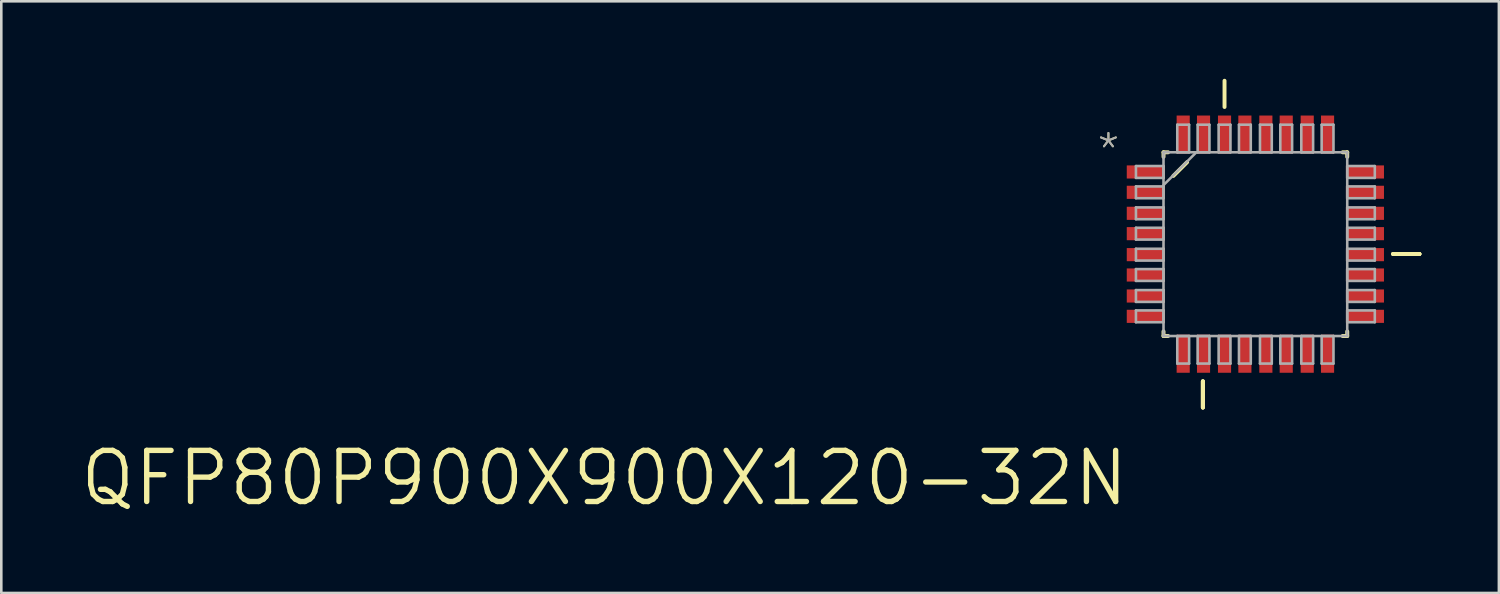
<source format=kicad_pcb>
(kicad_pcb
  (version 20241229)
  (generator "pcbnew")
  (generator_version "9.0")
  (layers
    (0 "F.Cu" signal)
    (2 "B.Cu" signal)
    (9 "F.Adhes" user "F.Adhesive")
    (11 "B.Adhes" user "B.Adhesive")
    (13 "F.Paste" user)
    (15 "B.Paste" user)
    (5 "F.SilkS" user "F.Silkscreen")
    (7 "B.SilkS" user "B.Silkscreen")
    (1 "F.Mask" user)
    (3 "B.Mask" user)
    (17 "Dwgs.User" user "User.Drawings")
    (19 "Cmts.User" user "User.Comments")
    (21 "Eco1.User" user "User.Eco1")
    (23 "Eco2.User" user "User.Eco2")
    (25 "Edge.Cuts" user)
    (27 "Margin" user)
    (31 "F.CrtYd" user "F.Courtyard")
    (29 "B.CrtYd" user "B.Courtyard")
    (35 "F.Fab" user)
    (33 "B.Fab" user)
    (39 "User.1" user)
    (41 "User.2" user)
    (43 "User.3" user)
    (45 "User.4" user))
  (footprint "QFP80P900X900X120-32N"
    (layer "F.Cu")
    (at 45.545 6.401)
    (property "Reference" "QFP80P900X900X120-32N" (at -4.801 7.899 0) (layer "F.SilkS") (effects (font (size 1.979 1.979) (thickness 0.208)) (justify right top)))
    (attr smd)
    (fp_line (start -3.556 -3.556) (end -3.556 -3.378) (stroke (width 0.152) (type solid)) (layer "F.SilkS"))
    (fp_line (start -3.556 3.378) (end -3.556 3.556) (stroke (width 0.152) (type solid)) (layer "F.SilkS"))
    (fp_line (start -3.556 3.556) (end -3.378 3.556) (stroke (width 0.152) (type solid)) (layer "F.SilkS"))
    (fp_line (start -3.378 -3.556) (end -3.556 -3.556) (stroke (width 0.152) (type solid)) (layer "F.SilkS"))
    (fp_line (start -3.175 -2.642) (end -2.642 -3.175) (stroke (width 0.152) (type solid)) (layer "F.SilkS"))
    (fp_line (start -2.032 6.325) (end -2.032 5.309) (stroke (width 0.152) (type solid)) (layer "F.SilkS"))
    (fp_line (start -2.032 6.325) (end -2.032 5.309) (stroke (width 0.152) (type solid)) (layer "F.SilkS"))
    (fp_line (start -2.032 6.325) (end -2.032 5.309) (stroke (width 0.152) (type solid)) (layer "F.SilkS"))
    (fp_line (start -1.194 -5.309) (end -1.194 -6.325) (stroke (width 0.152) (type solid)) (layer "F.SilkS"))
    (fp_line (start 3.378 3.556) (end 3.556 3.556) (stroke (width 0.152) (type solid)) (layer "F.SilkS"))
    (fp_line (start 3.556 -3.556) (end 3.378 -3.556) (stroke (width 0.152) (type solid)) (layer "F.SilkS"))
    (fp_line (start 3.556 -3.378) (end 3.556 -3.556) (stroke (width 0.152) (type solid)) (layer "F.SilkS"))
    (fp_line (start 3.556 3.556) (end 3.556 3.378) (stroke (width 0.152) (type solid)) (layer "F.SilkS"))
    (fp_line (start 5.334 0.381) (end 6.35 0.381) (stroke (width 0.152) (type solid)) (layer "F.SilkS"))
    (fp_line (start 5.334 0.381) (end 6.35 0.381) (stroke (width 0.152) (type solid)) (layer "F.SilkS"))
    (fp_line (start 5.334 0.381) (end 6.35 0.381) (stroke (width 0.152) (type solid)) (layer "F.SilkS"))
    (fp_line (start 5.334 0.381) (end 6.35 0.381) (stroke (width 0.152) (type solid)) (layer "F.SilkS"))
    (fp_line (start -4.623 -3.023) (end -4.623 -2.565) (stroke (width 0.1) (type solid)) (layer "F.Fab"))
    (fp_line (start -4.623 -2.565) (end -3.556 -2.565) (stroke (width 0.1) (type solid)) (layer "F.Fab"))
    (fp_line (start -4.623 -2.235) (end -4.623 -1.778) (stroke (width 0.1) (type solid)) (layer "F.Fab"))
    (fp_line (start -4.623 -1.778) (end -3.556 -1.778) (stroke (width 0.1) (type solid)) (layer "F.Fab"))
    (fp_line (start -4.623 -1.422) (end -4.623 -0.965) (stroke (width 0.1) (type solid)) (layer "F.Fab"))
    (fp_line (start -4.623 -0.965) (end -3.556 -0.965) (stroke (width 0.1) (type solid)) (layer "F.Fab"))
    (fp_line (start -4.623 -0.635) (end -4.623 -0.178) (stroke (width 0.1) (type solid)) (layer "F.Fab"))
    (fp_line (start -4.623 -0.178) (end -3.556 -0.178) (stroke (width 0.1) (type solid)) (layer "F.Fab"))
    (fp_line (start -4.623 0.178) (end -4.623 0.635) (stroke (width 0.1) (type solid)) (layer "F.Fab"))
    (fp_line (start -4.623 0.635) (end -3.556 0.635) (stroke (width 0.1) (type solid)) (layer "F.Fab"))
    (fp_line (start -4.623 0.965) (end -4.623 1.422) (stroke (width 0.1) (type solid)) (layer "F.Fab"))
    (fp_line (start -4.623 1.422) (end -3.556 1.422) (stroke (width 0.1) (type solid)) (layer "F.Fab"))
    (fp_line (start -4.623 1.778) (end -4.623 2.235) (stroke (width 0.1) (type solid)) (layer "F.Fab"))
    (fp_line (start -4.623 2.235) (end -3.556 2.235) (stroke (width 0.1) (type solid)) (layer "F.Fab"))
    (fp_line (start -4.623 2.565) (end -4.623 3.023) (stroke (width 0.1) (type solid)) (layer "F.Fab"))
    (fp_line (start -4.623 3.023) (end -3.556 3.023) (stroke (width 0.1) (type solid)) (layer "F.Fab"))
    (fp_line (start -3.556 -3.556) (end -3.556 3.556) (stroke (width 0.1) (type solid)) (layer "F.Fab"))
    (fp_line (start -3.556 -3.023) (end -4.623 -3.023) (stroke (width 0.1) (type solid)) (layer "F.Fab"))
    (fp_line (start -3.556 -2.565) (end -3.556 -3.023) (stroke (width 0.1) (type solid)) (layer "F.Fab"))
    (fp_line (start -3.556 -2.286) (end -2.286 -3.556) (stroke (width 0.1) (type solid)) (layer "F.Fab"))
    (fp_line (start -3.556 -2.235) (end -4.623 -2.235) (stroke (width 0.1) (type solid)) (layer "F.Fab"))
    (fp_line (start -3.556 -1.778) (end -3.556 -2.235) (stroke (width 0.1) (type solid)) (layer "F.Fab"))
    (fp_line (start -3.556 -1.422) (end -4.623 -1.422) (stroke (width 0.1) (type solid)) (layer "F.Fab"))
    (fp_line (start -3.556 -0.965) (end -3.556 -1.422) (stroke (width 0.1) (type solid)) (layer "F.Fab"))
    (fp_line (start -3.556 -0.635) (end -4.623 -0.635) (stroke (width 0.1) (type solid)) (layer "F.Fab"))
    (fp_line (start -3.556 -0.178) (end -3.556 -0.635) (stroke (width 0.1) (type solid)) (layer "F.Fab"))
    (fp_line (start -3.556 0.178) (end -4.623 0.178) (stroke (width 0.1) (type solid)) (layer "F.Fab"))
    (fp_line (start -3.556 0.635) (end -3.556 0.178) (stroke (width 0.1) (type solid)) (layer "F.Fab"))
    (fp_line (start -3.556 0.965) (end -4.623 0.965) (stroke (width 0.1) (type solid)) (layer "F.Fab"))
    (fp_line (start -3.556 1.422) (end -3.556 0.965) (stroke (width 0.1) (type solid)) (layer "F.Fab"))
    (fp_line (start -3.556 1.778) (end -4.623 1.778) (stroke (width 0.1) (type solid)) (layer "F.Fab"))
    (fp_line (start -3.556 2.235) (end -3.556 1.778) (stroke (width 0.1) (type solid)) (layer "F.Fab"))
    (fp_line (start -3.556 2.565) (end -4.623 2.565) (stroke (width 0.1) (type solid)) (layer "F.Fab"))
    (fp_line (start -3.556 3.023) (end -3.556 2.565) (stroke (width 0.1) (type solid)) (layer "F.Fab"))
    (fp_line (start -3.556 3.556) (end 3.556 3.556) (stroke (width 0.1) (type solid)) (layer "F.Fab"))
    (fp_line (start -3.023 -4.623) (end -3.023 -3.556) (stroke (width 0.1) (type solid)) (layer "F.Fab"))
    (fp_line (start -3.023 -3.556) (end -2.565 -3.556) (stroke (width 0.1) (type solid)) (layer "F.Fab"))
    (fp_line (start -3.023 3.556) (end -3.023 4.623) (stroke (width 0.1) (type solid)) (layer "F.Fab"))
    (fp_line (start -3.023 4.623) (end -2.565 4.623) (stroke (width 0.1) (type solid)) (layer "F.Fab"))
    (fp_line (start -2.565 -4.623) (end -3.023 -4.623) (stroke (width 0.1) (type solid)) (layer "F.Fab"))
    (fp_line (start -2.565 -3.556) (end -2.565 -4.623) (stroke (width 0.1) (type solid)) (layer "F.Fab"))
    (fp_line (start -2.565 3.556) (end -3.023 3.556) (stroke (width 0.1) (type solid)) (layer "F.Fab"))
    (fp_line (start -2.565 4.623) (end -2.565 3.556) (stroke (width 0.1) (type solid)) (layer "F.Fab"))
    (fp_line (start -2.235 -4.623) (end -2.235 -3.556) (stroke (width 0.1) (type solid)) (layer "F.Fab"))
    (fp_line (start -2.235 -3.556) (end -1.778 -3.556) (stroke (width 0.1) (type solid)) (layer "F.Fab"))
    (fp_line (start -2.235 3.556) (end -2.235 4.623) (stroke (width 0.1) (type solid)) (layer "F.Fab"))
    (fp_line (start -2.235 4.623) (end -1.778 4.623) (stroke (width 0.1) (type solid)) (layer "F.Fab"))
    (fp_line (start -1.778 -4.623) (end -2.235 -4.623) (stroke (width 0.1) (type solid)) (layer "F.Fab"))
    (fp_line (start -1.778 -3.556) (end -1.778 -4.623) (stroke (width 0.1) (type solid)) (layer "F.Fab"))
    (fp_line (start -1.778 3.556) (end -2.235 3.556) (stroke (width 0.1) (type solid)) (layer "F.Fab"))
    (fp_line (start -1.778 4.623) (end -1.778 3.556) (stroke (width 0.1) (type solid)) (layer "F.Fab"))
    (fp_line (start -1.422 -4.623) (end -1.422 -3.556) (stroke (width 0.1) (type solid)) (layer "F.Fab"))
    (fp_line (start -1.422 -3.556) (end -0.965 -3.556) (stroke (width 0.1) (type solid)) (layer "F.Fab"))
    (fp_line (start -1.422 3.556) (end -1.422 4.623) (stroke (width 0.1) (type solid)) (layer "F.Fab"))
    (fp_line (start -1.422 4.623) (end -0.965 4.623) (stroke (width 0.1) (type solid)) (layer "F.Fab"))
    (fp_line (start -0.965 -4.623) (end -1.422 -4.623) (stroke (width 0.1) (type solid)) (layer "F.Fab"))
    (fp_line (start -0.965 -3.556) (end -0.965 -4.623) (stroke (width 0.1) (type solid)) (layer "F.Fab"))
    (fp_line (start -0.965 3.556) (end -1.422 3.556) (stroke (width 0.1) (type solid)) (layer "F.Fab"))
    (fp_line (start -0.965 4.623) (end -0.965 3.556) (stroke (width 0.1) (type solid)) (layer "F.Fab"))
    (fp_line (start -0.635 -4.623) (end -0.635 -3.556) (stroke (width 0.1) (type solid)) (layer "F.Fab"))
    (fp_line (start -0.635 -3.556) (end -0.178 -3.556) (stroke (width 0.1) (type solid)) (layer "F.Fab"))
    (fp_line (start -0.635 3.556) (end -0.635 4.623) (stroke (width 0.1) (type solid)) (layer "F.Fab"))
    (fp_line (start -0.635 4.623) (end -0.178 4.623) (stroke (width 0.1) (type solid)) (layer "F.Fab"))
    (fp_line (start -0.178 -4.623) (end -0.635 -4.623) (stroke (width 0.1) (type solid)) (layer "F.Fab"))
    (fp_line (start -0.178 -3.556) (end -0.178 -4.623) (stroke (width 0.1) (type solid)) (layer "F.Fab"))
    (fp_line (start -0.178 3.556) (end -0.635 3.556) (stroke (width 0.1) (type solid)) (layer "F.Fab"))
    (fp_line (start -0.178 4.623) (end -0.178 3.556) (stroke (width 0.1) (type solid)) (layer "F.Fab"))
    (fp_line (start 0.178 -4.623) (end 0.178 -3.556) (stroke (width 0.1) (type solid)) (layer "F.Fab"))
    (fp_line (start 0.178 -3.556) (end 0.635 -3.556) (stroke (width 0.1) (type solid)) (layer "F.Fab"))
    (fp_line (start 0.178 3.556) (end 0.178 4.623) (stroke (width 0.1) (type solid)) (layer "F.Fab"))
    (fp_line (start 0.178 4.623) (end 0.635 4.623) (stroke (width 0.1) (type solid)) (layer "F.Fab"))
    (fp_line (start 0.635 -4.623) (end 0.178 -4.623) (stroke (width 0.1) (type solid)) (layer "F.Fab"))
    (fp_line (start 0.635 -3.556) (end 0.635 -4.623) (stroke (width 0.1) (type solid)) (layer "F.Fab"))
    (fp_line (start 0.635 3.556) (end 0.178 3.556) (stroke (width 0.1) (type solid)) (layer "F.Fab"))
    (fp_line (start 0.635 4.623) (end 0.635 3.556) (stroke (width 0.1) (type solid)) (layer "F.Fab"))
    (fp_line (start 0.965 -4.623) (end 0.965 -3.556) (stroke (width 0.1) (type solid)) (layer "F.Fab"))
    (fp_line (start 0.965 -3.556) (end 1.422 -3.556) (stroke (width 0.1) (type solid)) (layer "F.Fab"))
    (fp_line (start 0.965 3.556) (end 0.965 4.623) (stroke (width 0.1) (type solid)) (layer "F.Fab"))
    (fp_line (start 0.965 4.623) (end 1.422 4.623) (stroke (width 0.1) (type solid)) (layer "F.Fab"))
    (fp_line (start 1.422 -4.623) (end 0.965 -4.623) (stroke (width 0.1) (type solid)) (layer "F.Fab"))
    (fp_line (start 1.422 -3.556) (end 1.422 -4.623) (stroke (width 0.1) (type solid)) (layer "F.Fab"))
    (fp_line (start 1.422 3.556) (end 0.965 3.556) (stroke (width 0.1) (type solid)) (layer "F.Fab"))
    (fp_line (start 1.422 4.623) (end 1.422 3.556) (stroke (width 0.1) (type solid)) (layer "F.Fab"))
    (fp_line (start 1.778 -4.623) (end 1.778 -3.556) (stroke (width 0.1) (type solid)) (layer "F.Fab"))
    (fp_line (start 1.778 -3.556) (end 2.235 -3.556) (stroke (width 0.1) (type solid)) (layer "F.Fab"))
    (fp_line (start 1.778 3.556) (end 1.778 4.623) (stroke (width 0.1) (type solid)) (layer "F.Fab"))
    (fp_line (start 1.778 4.623) (end 2.235 4.623) (stroke (width 0.1) (type solid)) (layer "F.Fab"))
    (fp_line (start 2.235 -4.623) (end 1.778 -4.623) (stroke (width 0.1) (type solid)) (layer "F.Fab"))
    (fp_line (start 2.235 -3.556) (end 2.235 -4.623) (stroke (width 0.1) (type solid)) (layer "F.Fab"))
    (fp_line (start 2.235 3.556) (end 1.778 3.556) (stroke (width 0.1) (type solid)) (layer "F.Fab"))
    (fp_line (start 2.235 4.623) (end 2.235 3.556) (stroke (width 0.1) (type solid)) (layer "F.Fab"))
    (fp_line (start 2.565 -4.623) (end 2.565 -3.556) (stroke (width 0.1) (type solid)) (layer "F.Fab"))
    (fp_line (start 2.565 -3.556) (end 3.023 -3.556) (stroke (width 0.1) (type solid)) (layer "F.Fab"))
    (fp_line (start 2.565 3.556) (end 2.565 4.623) (stroke (width 0.1) (type solid)) (layer "F.Fab"))
    (fp_line (start 2.565 4.623) (end 3.023 4.623) (stroke (width 0.1) (type solid)) (layer "F.Fab"))
    (fp_line (start 3.023 -4.623) (end 2.565 -4.623) (stroke (width 0.1) (type solid)) (layer "F.Fab"))
    (fp_line (start 3.023 -3.556) (end 3.023 -4.623) (stroke (width 0.1) (type solid)) (layer "F.Fab"))
    (fp_line (start 3.023 3.556) (end 2.565 3.556) (stroke (width 0.1) (type solid)) (layer "F.Fab"))
    (fp_line (start 3.023 4.623) (end 3.023 3.556) (stroke (width 0.1) (type solid)) (layer "F.Fab"))
    (fp_line (start 3.556 -3.556) (end -3.556 -3.556) (stroke (width 0.1) (type solid)) (layer "F.Fab"))
    (fp_line (start 3.556 -3.023) (end 3.556 -2.565) (stroke (width 0.1) (type solid)) (layer "F.Fab"))
    (fp_line (start 3.556 -2.565) (end 4.623 -2.565) (stroke (width 0.1) (type solid)) (layer "F.Fab"))
    (fp_line (start 3.556 -2.235) (end 3.556 -1.778) (stroke (width 0.1) (type solid)) (layer "F.Fab"))
    (fp_line (start 3.556 -1.778) (end 4.623 -1.778) (stroke (width 0.1) (type solid)) (layer "F.Fab"))
    (fp_line (start 3.556 -1.422) (end 3.556 -0.965) (stroke (width 0.1) (type solid)) (layer "F.Fab"))
    (fp_line (start 3.556 -0.965) (end 4.623 -0.965) (stroke (width 0.1) (type solid)) (layer "F.Fab"))
    (fp_line (start 3.556 -0.635) (end 3.556 -0.178) (stroke (width 0.1) (type solid)) (layer "F.Fab"))
    (fp_line (start 3.556 -0.178) (end 4.623 -0.178) (stroke (width 0.1) (type solid)) (layer "F.Fab"))
    (fp_line (start 3.556 0.178) (end 3.556 0.635) (stroke (width 0.1) (type solid)) (layer "F.Fab"))
    (fp_line (start 3.556 0.635) (end 4.623 0.635) (stroke (width 0.1) (type solid)) (layer "F.Fab"))
    (fp_line (start 3.556 0.965) (end 3.556 1.422) (stroke (width 0.1) (type solid)) (layer "F.Fab"))
    (fp_line (start 3.556 1.422) (end 4.623 1.422) (stroke (width 0.1) (type solid)) (layer "F.Fab"))
    (fp_line (start 3.556 1.778) (end 3.556 2.235) (stroke (width 0.1) (type solid)) (layer "F.Fab"))
    (fp_line (start 3.556 2.235) (end 4.623 2.235) (stroke (width 0.1) (type solid)) (layer "F.Fab"))
    (fp_line (start 3.556 2.565) (end 3.556 3.023) (stroke (width 0.1) (type solid)) (layer "F.Fab"))
    (fp_line (start 3.556 3.023) (end 4.623 3.023) (stroke (width 0.1) (type solid)) (layer "F.Fab"))
    (fp_line (start 3.556 3.556) (end 3.556 -3.556) (stroke (width 0.1) (type solid)) (layer "F.Fab"))
    (fp_line (start 4.623 -3.023) (end 3.556 -3.023) (stroke (width 0.1) (type solid)) (layer "F.Fab"))
    (fp_line (start 4.623 -2.565) (end 4.623 -3.023) (stroke (width 0.1) (type solid)) (layer "F.Fab"))
    (fp_line (start 4.623 -2.235) (end 3.556 -2.235) (stroke (width 0.1) (type solid)) (layer "F.Fab"))
    (fp_line (start 4.623 -1.778) (end 4.623 -2.235) (stroke (width 0.1) (type solid)) (layer "F.Fab"))
    (fp_line (start 4.623 -1.422) (end 3.556 -1.422) (stroke (width 0.1) (type solid)) (layer "F.Fab"))
    (fp_line (start 4.623 -0.965) (end 4.623 -1.422) (stroke (width 0.1) (type solid)) (layer "F.Fab"))
    (fp_line (start 4.623 -0.635) (end 3.556 -0.635) (stroke (width 0.1) (type solid)) (layer "F.Fab"))
    (fp_line (start 4.623 -0.178) (end 4.623 -0.635) (stroke (width 0.1) (type solid)) (layer "F.Fab"))
    (fp_line (start 4.623 0.178) (end 3.556 0.178) (stroke (width 0.1) (type solid)) (layer "F.Fab"))
    (fp_line (start 4.623 0.635) (end 4.623 0.178) (stroke (width 0.1) (type solid)) (layer "F.Fab"))
    (fp_line (start 4.623 0.965) (end 3.556 0.965) (stroke (width 0.1) (type solid)) (layer "F.Fab"))
    (fp_line (start 4.623 1.422) (end 4.623 0.965) (stroke (width 0.1) (type solid)) (layer "F.Fab"))
    (fp_line (start 4.623 1.778) (end 3.556 1.778) (stroke (width 0.1) (type solid)) (layer "F.Fab"))
    (fp_line (start 4.623 2.235) (end 4.623 1.778) (stroke (width 0.1) (type solid)) (layer "F.Fab"))
    (fp_line (start 4.623 2.565) (end 3.556 2.565) (stroke (width 0.1) (type solid)) (layer "F.Fab"))
    (fp_line (start 4.623 3.023) (end 4.623 2.565) (stroke (width 0.1) (type solid)) (layer "F.Fab"))
    (fp_text user "*" (at -6.198 -2.946 0) (layer "F.SilkS") (effects (font (size 1.206 1.206) (thickness 0.076)) (justify left bottom)))
    (fp_text user "*" (at -6.198 -2.946 0) (layer "F.Fab") (effects (font (size 1.206 1.206) (thickness 0.076)) (justify left bottom)))
    (pad "1" smd rect (at -4.242 -2.794 270) (size 0.508 1.473) (layers "F.Cu" "F.Mask" "F.Paste"))
    (pad "2" smd rect (at -4.242 -2.007 270) (size 0.508 1.473) (layers "F.Cu" "F.Mask" "F.Paste"))
    (pad "3" smd rect (at -4.242 -1.194 270) (size 0.508 1.473) (layers "F.Cu" "F.Mask" "F.Paste"))
    (pad "4" smd rect (at -4.242 -0.406 270) (size 0.508 1.473) (layers "F.Cu" "F.Mask" "F.Paste"))
    (pad "5" smd rect (at -4.242 0.406 270) (size 0.508 1.473) (layers "F.Cu" "F.Mask" "F.Paste"))
    (pad "6" smd rect (at -4.242 1.194 270) (size 0.508 1.473) (layers "F.Cu" "F.Mask" "F.Paste"))
    (pad "7" smd rect (at -4.242 2.007 270) (size 0.508 1.473) (layers "F.Cu" "F.Mask" "F.Paste"))
    (pad "8" smd rect (at -4.242 2.794 270) (size 0.508 1.473) (layers "F.Cu" "F.Mask" "F.Paste"))
    (pad "9" smd rect (at -2.794 4.242 180) (size 0.508 1.473) (layers "F.Cu" "F.Mask" "F.Paste"))
    (pad "10" smd rect (at -2.007 4.242 180) (size 0.508 1.473) (layers "F.Cu" "F.Mask" "F.Paste"))
    (pad "11" smd rect (at -1.194 4.242 180) (size 0.508 1.473) (layers "F.Cu" "F.Mask" "F.Paste"))
    (pad "12" smd rect (at -0.406 4.242 180) (size 0.508 1.473) (layers "F.Cu" "F.Mask" "F.Paste"))
    (pad "13" smd rect (at 0.406 4.242 180) (size 0.508 1.473) (layers "F.Cu" "F.Mask" "F.Paste"))
    (pad "14" smd rect (at 1.194 4.242 180) (size 0.508 1.473) (layers "F.Cu" "F.Mask" "F.Paste"))
    (pad "15" smd rect (at 2.007 4.242 180) (size 0.508 1.473) (layers "F.Cu" "F.Mask" "F.Paste"))
    (pad "16" smd rect (at 2.794 4.242 180) (size 0.508 1.473) (layers "F.Cu" "F.Mask" "F.Paste"))
    (pad "17" smd rect (at 4.242 2.794 270) (size 0.508 1.473) (layers "F.Cu" "F.Mask" "F.Paste"))
    (pad "18" smd rect (at 4.242 2.007 270) (size 0.508 1.473) (layers "F.Cu" "F.Mask" "F.Paste"))
    (pad "19" smd rect (at 4.242 1.194 270) (size 0.508 1.473) (layers "F.Cu" "F.Mask" "F.Paste"))
    (pad "20" smd rect (at 4.242 0.406 270) (size 0.508 1.473) (layers "F.Cu" "F.Mask" "F.Paste"))
    (pad "21" smd rect (at 4.242 -0.406 270) (size 0.508 1.473) (layers "F.Cu" "F.Mask" "F.Paste"))
    (pad "22" smd rect (at 4.242 -1.194 270) (size 0.508 1.473) (layers "F.Cu" "F.Mask" "F.Paste"))
    (pad "23" smd rect (at 4.242 -2.007 270) (size 0.508 1.473) (layers "F.Cu" "F.Mask" "F.Paste"))
    (pad "24" smd rect (at 4.242 -2.794 270) (size 0.508 1.473) (layers "F.Cu" "F.Mask" "F.Paste"))
    (pad "25" smd rect (at 2.794 -4.242 180) (size 0.508 1.473) (layers "F.Cu" "F.Mask" "F.Paste"))
    (pad "26" smd rect (at 2.007 -4.242 180) (size 0.508 1.473) (layers "F.Cu" "F.Mask" "F.Paste"))
    (pad "27" smd rect (at 1.194 -4.242 180) (size 0.508 1.473) (layers "F.Cu" "F.Mask" "F.Paste"))
    (pad "28" smd rect (at 0.406 -4.242 180) (size 0.508 1.473) (layers "F.Cu" "F.Mask" "F.Paste"))
    (pad "29" smd rect (at -0.406 -4.242 180) (size 0.508 1.473) (layers "F.Cu" "F.Mask" "F.Paste"))
    (pad "30" smd rect (at -1.194 -4.242 180) (size 0.508 1.473) (layers "F.Cu" "F.Mask" "F.Paste"))
    (pad "31" smd rect (at -2.007 -4.242 180) (size 0.508 1.473) (layers "F.Cu" "F.Mask" "F.Paste"))
    (pad "32" smd rect (at -2.794 -4.242 180) (size 0.508 1.473) (layers "F.Cu" "F.Mask" "F.Paste")))
  (gr_rect
    (start -3 -3)
    (end 54.971 19.904)
    (stroke (width 0.1) (type default))
    (fill no)
    (layer "Edge.Cuts")))
</source>
